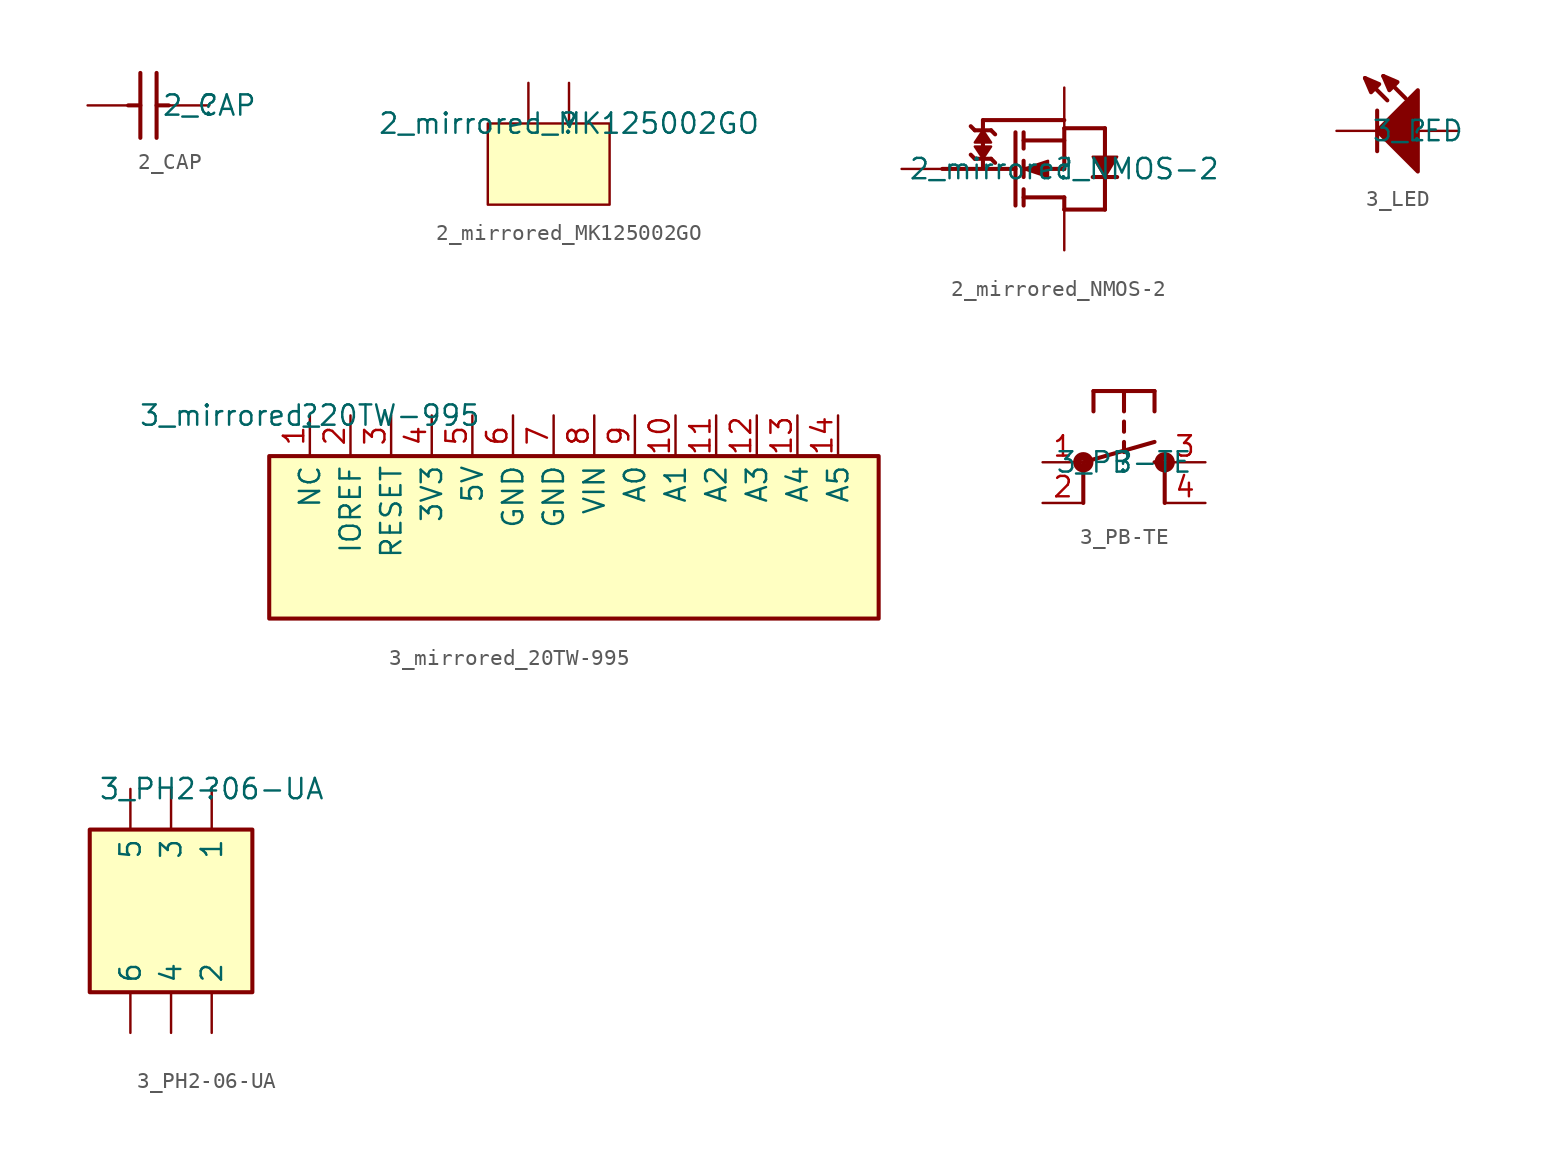
<source format=kicad_sym>
(kicad_symbol_lib
  (version 20211014)
  (generator kicad_symbol_editor)
  (symbol "2_CAP"
    (property "Reference" ""
      (at 0 0 0)
      (effects (font (size 1.27 1.27))))
    (property "Value" "2_CAP"
      (at 0 0 0)
      (effects (font (size 1.27 1.27))))
    (symbol "2_CAP_1_0"
      (polyline (pts (xy -5.08 0) (xy -4.318 0)) (stroke (width 0.254) (type default) (color 0 0 0 0)) (fill (type none)))
      (polyline (pts (xy -4.318 -2.032) (xy -4.318 2.032)) (stroke (width 0.254) (type default) (color 0 0 0 0)) (fill (type none)))
      (polyline (pts (xy -3.302 2.032) (xy -3.302 -2.032)) (stroke (width 0.254) (type default) (color 0 0 0 0)) (fill (type none)))
      (polyline (pts (xy -2.54 0) (xy -3.302 0)) (stroke (width 0.254) (type default) (color 0 0 0 0)) (fill (type none)))
      (pin passive line (at 0 0 180) (length 2.54) (name "1" (effects (font (size 0 0)))) (number "1" (effects (font (size 0 0)))))
      (pin passive line (at -7.62 0 0) (length 2.54) (name "2" (effects (font (size 0 0)))) (number "2" (effects (font (size 0 0)))))))
  (symbol "2_mirrored_MK125002GO"
    (property "Reference" ""
      (at 0 0 0)
      (effects (font (size 1.27 1.27))))
    (property "Value" "2_mirrored_MK125002GO"
      (at 0 0 0)
      (effects (font (size 1.27 1.27))))
    (symbol "2_mirrored_MK125002GO_1_0"
      (rectangle (start 2.54 0) (end -5.08 -5.08) (stroke (width 0) (type default) (color 0 0 0 0)) (fill (type background)))
      (pin passive line (at -2.54 2.54 270) (length 2.54) (name "1" (effects (font (size 0 0)))) (number "1" (effects (font (size 0 0)))))
      (pin passive line (at 0 2.54 270) (length 2.54) (name "2" (effects (font (size 0 0)))) (number "2" (effects (font (size 0 0)))))))
  (symbol "2_mirrored_NMOS-2"
    (property "Reference" ""
      (at 0 0 0)
      (effects (font (size 1.27 1.27))))
    (property "Value" "2_mirrored_NMOS-2"
      (at 0 0 0)
      (effects (font (size 1.27 1.27))))
    (symbol "2_mirrored_NMOS-2_1_0"
      (polyline (pts (xy -7.62 0) (xy -3.048 0)) (stroke (width 0.254) (type default) (color 0 0 0 0)) (fill (type none)))
      (polyline (pts (xy -5.588 0.635) (xy -5.842 0.889)) (stroke (width 0.254) (type default) (color 0 0 0 0)) (fill (type none)))
      (polyline (pts (xy -5.588 2.413) (xy -5.842 2.667)) (stroke (width 0.254) (type default) (color 0 0 0 0)) (fill (type none)))
      (polyline (pts (xy -5.08 0.508) (xy -5.08 0.127)) (stroke (width 0.254) (type default) (color 0 0 0 0)) (fill (type none)))
      (polyline (pts (xy -5.08 1.27) (xy -5.08 1.651)) (stroke (width 0.254) (type default) (color 0 0 0 0)) (fill (type none)))
      (polyline (pts (xy -5.08 2.54) (xy -5.08 3.048)) (stroke (width 0.254) (type default) (color 0 0 0 0)) (fill (type none)))
      (polyline (pts (xy -5.08 3.048) (xy 0 3.048)) (stroke (width 0.254) (type default) (color 0 0 0 0)) (fill (type none)))
      (polyline (pts (xy -4.572 0.635) (xy -5.588 0.635)) (stroke (width 0.254) (type default) (color 0 0 0 0)) (fill (type none)))
      (polyline (pts (xy -4.572 0.635) (xy -4.318 0.381)) (stroke (width 0.254) (type default) (color 0 0 0 0)) (fill (type none)))
      (polyline (pts (xy -4.572 2.413) (xy -5.588 2.413)) (stroke (width 0.254) (type default) (color 0 0 0 0)) (fill (type none)))
      (polyline (pts (xy -4.572 2.413) (xy -4.318 2.159)) (stroke (width 0.254) (type default) (color 0 0 0 0)) (fill (type none)))
      (polyline (pts (xy -3.048 -2.286) (xy -3.048 2.286)) (stroke (width 0.254) (type default) (color 0 0 0 0)) (fill (type none)))
      (polyline (pts (xy -2.54 -2.286) (xy -2.54 -1.27)) (stroke (width 0.254) (type default) (color 0 0 0 0)) (fill (type none)))
      (polyline (pts (xy -2.54 0.508) (xy -2.54 -0.508)) (stroke (width 0.254) (type default) (color 0 0 0 0)) (fill (type none)))
      (polyline (pts (xy -2.54 2.286) (xy -2.54 1.27)) (stroke (width 0.254) (type default) (color 0 0 0 0)) (fill (type none)))
      (polyline (pts (xy 0 -2.54) (xy 2.54 -2.54)) (stroke (width 0.254) (type default) (color 0 0 0 0)) (fill (type none)))
      (polyline (pts (xy 0 -1.778) (xy -2.54 -1.778)) (stroke (width 0.254) (type default) (color 0 0 0 0)) (fill (type none)))
      (polyline (pts (xy 0 -1.778) (xy 0 -2.54)) (stroke (width 0.254) (type default) (color 0 0 0 0)) (fill (type none)))
      (polyline (pts (xy 0 0) (xy -2.54 0)) (stroke (width 0.254) (type default) (color 0 0 0 0)) (fill (type none)))
      (polyline (pts (xy 0 0) (xy 0 2.54)) (stroke (width 0.254) (type default) (color 0 0 0 0)) (fill (type none)))
      (polyline (pts (xy 0 1.778) (xy -2.54 1.778)) (stroke (width 0.254) (type default) (color 0 0 0 0)) (fill (type none)))
      (polyline (pts (xy 0 2.54) (xy 2.54 2.54)) (stroke (width 0.254) (type default) (color 0 0 0 0)) (fill (type none)))
      (polyline (pts (xy 1.778 -0.508) (xy 3.302 -0.508)) (stroke (width 0.254) (type default) (color 0 0 0 0)) (fill (type none)))
      (polyline (pts (xy 2.54 -2.54) (xy 2.54 -0.508)) (stroke (width 0.254) (type default) (color 0 0 0 0)) (fill (type none)))
      (polyline (pts (xy 2.54 2.54) (xy 2.54 0.762)) (stroke (width 0.254) (type default) (color 0 0 0 0)) (fill (type none)))
      (polyline (pts (xy -5.08 0.635) (xy -5.588 1.397) (xy -4.572 1.397) (xy -5.08 0.635)) (stroke (width 0) (type default) (color 0 0 0 0)) (fill (type outline)))
      (polyline (pts (xy -5.08 2.413) (xy -4.572 1.651) (xy -5.588 1.651) (xy -5.08 2.413)) (stroke (width 0) (type default) (color 0 0 0 0)) (fill (type outline)))
      (polyline (pts (xy -2.54 0) (xy -1.016 -0.508) (xy -1.016 0.508) (xy -2.54 0)) (stroke (width 0) (type default) (color 0 0 0 0)) (fill (type outline)))
      (polyline (pts (xy 2.54 -0.508) (xy 1.778 0.762) (xy 3.302 0.762) (xy 2.54 -0.508)) (stroke (width 0) (type default) (color 0 0 0 0)) (fill (type outline)))
      (pin passive line (at 0 5.08 270) (length 2.54) (name "S" (effects (font (size 0 0)))) (number "1" (effects (font (size 0 0)))))
      (pin passive line (at -10.16 0 0) (length 2.54) (name "G" (effects (font (size 0 0)))) (number "2" (effects (font (size 0 0)))))
      (pin passive line (at 0 -5.08 90) (length 2.54) (name "D" (effects (font (size 0 0)))) (number "3" (effects (font (size 0 0)))))))
  (symbol "3_LED"
    (property "Reference" ""
      (at 0 0 0)
      (effects (font (size 1.27 1.27))))
    (property "Value" "3_LED"
      (at 0 0 0)
      (effects (font (size 1.27 1.27))))
    (symbol "3_LED_1_0"
      (polyline (pts (xy -3.302 3.302) (xy -1.905 1.905)) (stroke (width 0.254) (type default) (color 0 0 0 0)) (fill (type none)))
      (polyline (pts (xy -2.54 0) (xy -2.54 -1.27)) (stroke (width 0.254) (type default) (color 0 0 0 0)) (fill (type none)))
      (polyline (pts (xy -2.54 1.27) (xy -2.54 0)) (stroke (width 0.254) (type default) (color 0 0 0 0)) (fill (type none)))
      (polyline (pts (xy -2.159 3.429) (xy -0.762 2.032)) (stroke (width 0.254) (type default) (color 0 0 0 0)) (fill (type none)))
      (polyline (pts (xy -3.302 3.302) (xy -2.413 2.921) (xy -2.921 2.413) (xy -3.302 3.302)) (stroke (width 0.254) (type default) (color 0 0 0 0)) (fill (type outline)))
      (polyline (pts (xy -2.159 3.429) (xy -1.27 3.048) (xy -1.778 2.54) (xy -2.159 3.429)) (stroke (width 0.254) (type default) (color 0 0 0 0)) (fill (type outline)))
      (polyline (pts (xy 0 2.54) (xy 0 -2.54) (xy -2.54 0) (xy 0 2.54)) (stroke (width 0.254) (type default) (color 0 0 0 0)) (fill (type outline)))
      (pin passive line (at 2.54 0 180) (length 2.54) (name "A" (effects (font (size 0 0)))) (number "A" (effects (font (size 0 0)))))
      (pin passive line (at -5.08 0 0) (length 2.54) (name "C" (effects (font (size 0 0)))) (number "C" (effects (font (size 0 0)))))))
  (symbol "3_mirrored_20TW-995"
    (property "Reference" ""
      (at 0 0 0)
      (effects (font (size 1.27 1.27))))
    (property "Value" "3_mirrored_20TW-995"
      (at 0 0 0)
      (effects (font (size 1.27 1.27))))
    (symbol "3_mirrored_20TW-995_1_0"
      (rectangle (start 35.56 -2.54) (end -2.54 -12.7) (stroke (width 0.254) (type default) (color 0 0 0 0)) (fill (type background)))
      (pin passive line (at 0 0 270) (length 2.54) (name "NC" (effects (font (size 1.27 1.27)))) (number "1" (effects (font (size 1.27 1.27)))))
      (pin passive line (at 22.86 0 270) (length 2.54) (name "A1" (effects (font (size 1.27 1.27)))) (number "10" (effects (font (size 1.27 1.27)))))
      (pin passive line (at 25.4 0 270) (length 2.54) (name "A2" (effects (font (size 1.27 1.27)))) (number "11" (effects (font (size 1.27 1.27)))))
      (pin passive line (at 27.94 0 270) (length 2.54) (name "A3" (effects (font (size 1.27 1.27)))) (number "12" (effects (font (size 1.27 1.27)))))
      (pin passive line (at 30.48 0 270) (length 2.54) (name "A4" (effects (font (size 1.27 1.27)))) (number "13" (effects (font (size 1.27 1.27)))))
      (pin passive line (at 33.02 0 270) (length 2.54) (name "A5" (effects (font (size 1.27 1.27)))) (number "14" (effects (font (size 1.27 1.27)))))
      (pin passive line (at 2.54 0 270) (length 2.54) (name "IOREF" (effects (font (size 1.27 1.27)))) (number "2" (effects (font (size 1.27 1.27)))))
      (pin passive line (at 5.08 0 270) (length 2.54) (name "RESET" (effects (font (size 1.27 1.27)))) (number "3" (effects (font (size 1.27 1.27)))))
      (pin passive line (at 7.62 0 270) (length 2.54) (name "3V3" (effects (font (size 1.27 1.27)))) (number "4" (effects (font (size 1.27 1.27)))))
      (pin passive line (at 10.16 0 270) (length 2.54) (name "5V" (effects (font (size 1.27 1.27)))) (number "5" (effects (font (size 1.27 1.27)))))
      (pin passive line (at 12.7 0 270) (length 2.54) (name "GND" (effects (font (size 1.27 1.27)))) (number "6" (effects (font (size 1.27 1.27)))))
      (pin passive line (at 15.24 0 270) (length 2.54) (name "GND" (effects (font (size 1.27 1.27)))) (number "7" (effects (font (size 1.27 1.27)))))
      (pin passive line (at 17.78 0 270) (length 2.54) (name "VIN" (effects (font (size 1.27 1.27)))) (number "8" (effects (font (size 1.27 1.27)))))
      (pin passive line (at 20.32 0 270) (length 2.54) (name "A0" (effects (font (size 1.27 1.27)))) (number "9" (effects (font (size 1.27 1.27)))))))
  (symbol "3_PB-TE"
    (property "Reference" ""
      (at 0 0 0)
      (effects (font (size 1.27 1.27))))
    (property "Value" "3_PB-TE"
      (at 0 0 0)
      (effects (font (size 1.27 1.27))))
    (symbol "3_PB-TE_1_0"
      (circle (center -2.54 0) (radius 0.127) (stroke (width 0.508) (type default) (color 0 0 0 0)) (fill (type none)))
      (polyline (pts (xy -2.54 0) (xy -2.54 -2.54)) (stroke (width 0.254) (type default) (color 0 0 0 0)) (fill (type none)))
      (polyline (pts (xy -1.905 3.175) (xy -1.905 4.445)) (stroke (width 0.254) (type default) (color 0 0 0 0)) (fill (type none)))
      (polyline (pts (xy -1.905 4.445) (xy 0 4.445)) (stroke (width 0.254) (type default) (color 0 0 0 0)) (fill (type none)))
      (polyline (pts (xy 0 0.635) (xy 0 1.27)) (stroke (width 0.254) (type default) (color 0 0 0 0)) (fill (type none)))
      (polyline (pts (xy 0 1.905) (xy 0 2.54)) (stroke (width 0.254) (type default) (color 0 0 0 0)) (fill (type none)))
      (polyline (pts (xy 0 3.175) (xy 0 4.445)) (stroke (width 0.254) (type default) (color 0 0 0 0)) (fill (type none)))
      (polyline (pts (xy 0 4.445) (xy 1.905 4.445)) (stroke (width 0.254) (type default) (color 0 0 0 0)) (fill (type none)))
      (polyline (pts (xy 1.905 1.27) (xy -2.54 0)) (stroke (width 0.254) (type default) (color 0 0 0 0)) (fill (type none)))
      (polyline (pts (xy 1.905 3.175) (xy 1.905 4.445)) (stroke (width 0.254) (type default) (color 0 0 0 0)) (fill (type none)))
      (polyline (pts (xy 2.54 0) (xy 1.905 0)) (stroke (width 0.254) (type default) (color 0 0 0 0)) (fill (type none)))
      (polyline (pts (xy 2.54 0) (xy 2.54 -2.54)) (stroke (width 0.254) (type default) (color 0 0 0 0)) (fill (type none)))
      (circle (center 2.54 0) (radius 0.127) (stroke (width 0.508) (type default) (color 0 0 0 0)) (fill (type none)))
      (pin passive line (at -5.08 0 0) (length 2.54) (name "1" (effects (font (size 0 0)))) (number "1" (effects (font (size 1.27 1.27)))))
      (pin passive line (at -5.08 -2.54 0) (length 2.54) (name "2" (effects (font (size 0 0)))) (number "2" (effects (font (size 1.27 1.27)))))
      (pin passive line (at 5.08 0 180) (length 2.54) (name "3" (effects (font (size 0 0)))) (number "3" (effects (font (size 1.27 1.27)))))
      (pin passive line (at 5.08 -2.54 180) (length 2.54) (name "4" (effects (font (size 0 0)))) (number "4" (effects (font (size 1.27 1.27)))))))
  (symbol "3_PH2-06-UA"
    (property "Reference" ""
      (at 0 0 0)
      (effects (font (size 1.27 1.27))))
    (property "Value" "3_PH2-06-UA"
      (at 0 0 0)
      (effects (font (size 1.27 1.27))))
    (symbol "3_PH2-06-UA_1_0"
      (rectangle (start 2.54 -2.54) (end -7.62 -12.7) (stroke (width 0.254) (type default) (color 0 0 0 0)) (fill (type background)))
      (pin passive line (at 0 0 270) (length 2.54) (name "1" (effects (font (size 1.27 1.27)))) (number "1" (effects (font (size 0 0)))))
      (pin passive line (at 0 -15.24 90) (length 2.54) (name "2" (effects (font (size 1.27 1.27)))) (number "2" (effects (font (size 0 0)))))
      (pin passive line (at -2.54 0 270) (length 2.54) (name "3" (effects (font (size 1.27 1.27)))) (number "3" (effects (font (size 0 0)))))
      (pin passive line (at -2.54 -15.24 90) (length 2.54) (name "4" (effects (font (size 1.27 1.27)))) (number "4" (effects (font (size 0 0)))))
      (pin passive line (at -5.08 0 270) (length 2.54) (name "5" (effects (font (size 1.27 1.27)))) (number "5" (effects (font (size 0 0)))))
      (pin passive line (at -5.08 -15.24 90) (length 2.54) (name "6" (effects (font (size 1.27 1.27)))) (number "6" (effects (font (size 0 0))))))))
</source>
